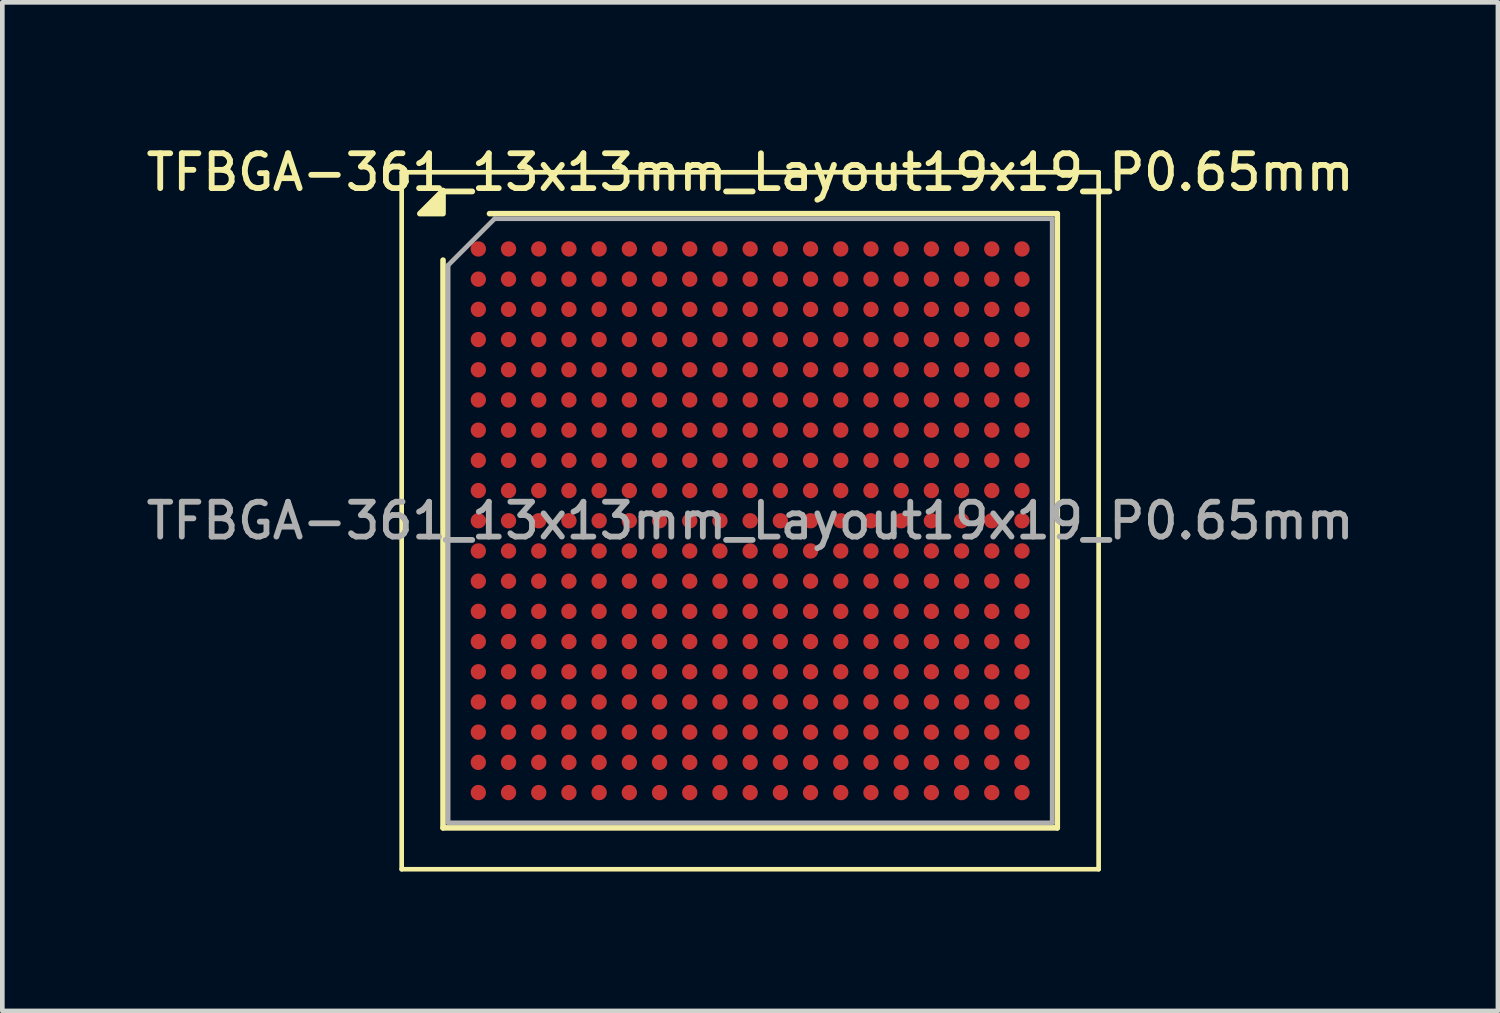
<source format=kicad_pcb>
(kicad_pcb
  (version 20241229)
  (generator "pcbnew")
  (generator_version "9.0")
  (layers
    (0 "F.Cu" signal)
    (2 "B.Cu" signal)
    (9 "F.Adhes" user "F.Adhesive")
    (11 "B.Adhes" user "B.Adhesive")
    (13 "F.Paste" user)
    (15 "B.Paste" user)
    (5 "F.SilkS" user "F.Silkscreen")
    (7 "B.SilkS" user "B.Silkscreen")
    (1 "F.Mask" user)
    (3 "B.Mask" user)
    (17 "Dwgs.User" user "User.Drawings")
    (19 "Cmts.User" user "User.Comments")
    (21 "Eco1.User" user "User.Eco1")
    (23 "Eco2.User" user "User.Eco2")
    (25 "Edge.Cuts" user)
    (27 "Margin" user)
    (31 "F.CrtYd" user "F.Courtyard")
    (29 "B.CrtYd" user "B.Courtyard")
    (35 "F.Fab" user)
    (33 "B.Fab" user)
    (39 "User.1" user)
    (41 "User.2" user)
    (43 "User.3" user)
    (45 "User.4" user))
  (footprint "TFBGA-361_13x13mm_Layout19x19_P0.65mm"
    (layer "F.Cu")
    (at 13.095 8.158)
    (property "Reference" "TFBGA-361_13x13mm_Layout19x19_P0.65mm" (at 0 -7.5 0) (layer "F.SilkS") (effects (font (size 0.75 0.75) (thickness 0.125))))
    (attr smd)
    (fp_line (start -7.5 -7.5) (end -7.5 7.5) (stroke (width 0.1) (type solid)) (layer "F.SilkS"))
    (fp_line (start -7.5 7.5) (end 7.5 7.5) (stroke (width 0.1) (type solid)) (layer "F.SilkS"))
    (fp_line (start -6.61 6.61) (end -6.61 -5.61) (stroke (width 0.12) (type solid)) (layer "F.SilkS"))
    (fp_line (start -5.61 -6.61) (end 6.61 -6.61) (stroke (width 0.12) (type solid)) (layer "F.SilkS"))
    (fp_line (start 6.61 -6.61) (end 6.61 6.61) (stroke (width 0.12) (type solid)) (layer "F.SilkS"))
    (fp_line (start 6.61 6.61) (end -6.61 6.61) (stroke (width 0.12) (type solid)) (layer "F.SilkS"))
    (fp_line (start 7.5 -7.5) (end -7.5 -7.5) (stroke (width 0.1) (type solid)) (layer "F.SilkS"))
    (fp_line (start 7.5 7.5) (end 7.5 -7.5) (stroke (width 0.1) (type solid)) (layer "F.SilkS"))
    (fp_poly (pts (xy -6.61 -6.61) (xy -7.11 -6.61) (xy -6.61 -7.11) (xy -6.61 -6.61)) (stroke (width 0.12) (type solid)) (fill yes) (layer "F.SilkS"))
    (fp_line (start -6.5 -5.5) (end -5.5 -6.5) (stroke (width 0.1) (type solid)) (layer "F.Fab"))
    (fp_line (start -6.5 6.5) (end -6.5 -5.5) (stroke (width 0.1) (type solid)) (layer "F.Fab"))
    (fp_line (start -5.5 -6.5) (end 6.5 -6.5) (stroke (width 0.1) (type solid)) (layer "F.Fab"))
    (fp_line (start 6.5 -6.5) (end 6.5 6.5) (stroke (width 0.1) (type solid)) (layer "F.Fab"))
    (fp_line (start 6.5 6.5) (end -6.5 6.5) (stroke (width 0.1) (type solid)) (layer "F.Fab"))
    (fp_text user "${REFERENCE}" (at 0 0 0) (layer "F.Fab") (effects (font (size 0.75 0.75) (thickness 0.125))))
    (pad "A1" smd circle (at -5.85 -5.85) (size 0.33 0.33) (property pad_prop_bga) (layers "F.Cu" "F.Mask" "F.Paste"))
    (pad "A2" smd circle (at -5.2 -5.85) (size 0.33 0.33) (property pad_prop_bga) (layers "F.Cu" "F.Mask" "F.Paste"))
    (pad "A3" smd circle (at -4.55 -5.85) (size 0.33 0.33) (property pad_prop_bga) (layers "F.Cu" "F.Mask" "F.Paste"))
    (pad "A4" smd circle (at -3.9 -5.85) (size 0.33 0.33) (property pad_prop_bga) (layers "F.Cu" "F.Mask" "F.Paste"))
    (pad "A5" smd circle (at -3.25 -5.85) (size 0.33 0.33) (property pad_prop_bga) (layers "F.Cu" "F.Mask" "F.Paste"))
    (pad "A6" smd circle (at -2.6 -5.85) (size 0.33 0.33) (property pad_prop_bga) (layers "F.Cu" "F.Mask" "F.Paste"))
    (pad "A7" smd circle (at -1.95 -5.85) (size 0.33 0.33) (property pad_prop_bga) (layers "F.Cu" "F.Mask" "F.Paste"))
    (pad "A8" smd circle (at -1.3 -5.85) (size 0.33 0.33) (property pad_prop_bga) (layers "F.Cu" "F.Mask" "F.Paste"))
    (pad "A9" smd circle (at -0.65 -5.85) (size 0.33 0.33) (property pad_prop_bga) (layers "F.Cu" "F.Mask" "F.Paste"))
    (pad "A10" smd circle (at 0 -5.85) (size 0.33 0.33) (property pad_prop_bga) (layers "F.Cu" "F.Mask" "F.Paste"))
    (pad "A11" smd circle (at 0.65 -5.85) (size 0.33 0.33) (property pad_prop_bga) (layers "F.Cu" "F.Mask" "F.Paste"))
    (pad "A12" smd circle (at 1.3 -5.85) (size 0.33 0.33) (property pad_prop_bga) (layers "F.Cu" "F.Mask" "F.Paste"))
    (pad "A13" smd circle (at 1.95 -5.85) (size 0.33 0.33) (property pad_prop_bga) (layers "F.Cu" "F.Mask" "F.Paste"))
    (pad "A14" smd circle (at 2.6 -5.85) (size 0.33 0.33) (property pad_prop_bga) (layers "F.Cu" "F.Mask" "F.Paste"))
    (pad "A15" smd circle (at 3.25 -5.85) (size 0.33 0.33) (property pad_prop_bga) (layers "F.Cu" "F.Mask" "F.Paste"))
    (pad "A16" smd circle (at 3.9 -5.85) (size 0.33 0.33) (property pad_prop_bga) (layers "F.Cu" "F.Mask" "F.Paste"))
    (pad "A17" smd circle (at 4.55 -5.85) (size 0.33 0.33) (property pad_prop_bga) (layers "F.Cu" "F.Mask" "F.Paste"))
    (pad "A18" smd circle (at 5.2 -5.85) (size 0.33 0.33) (property pad_prop_bga) (layers "F.Cu" "F.Mask" "F.Paste"))
    (pad "A19" smd circle (at 5.85 -5.85) (size 0.33 0.33) (property pad_prop_bga) (layers "F.Cu" "F.Mask" "F.Paste"))
    (pad "B1" smd circle (at -5.85 -5.2) (size 0.33 0.33) (property pad_prop_bga) (layers "F.Cu" "F.Mask" "F.Paste"))
    (pad "B2" smd circle (at -5.2 -5.2) (size 0.33 0.33) (property pad_prop_bga) (layers "F.Cu" "F.Mask" "F.Paste"))
    (pad "B3" smd circle (at -4.55 -5.2) (size 0.33 0.33) (property pad_prop_bga) (layers "F.Cu" "F.Mask" "F.Paste"))
    (pad "B4" smd circle (at -3.9 -5.2) (size 0.33 0.33) (property pad_prop_bga) (layers "F.Cu" "F.Mask" "F.Paste"))
    (pad "B5" smd circle (at -3.25 -5.2) (size 0.33 0.33) (property pad_prop_bga) (layers "F.Cu" "F.Mask" "F.Paste"))
    (pad "B6" smd circle (at -2.6 -5.2) (size 0.33 0.33) (property pad_prop_bga) (layers "F.Cu" "F.Mask" "F.Paste"))
    (pad "B7" smd circle (at -1.95 -5.2) (size 0.33 0.33) (property pad_prop_bga) (layers "F.Cu" "F.Mask" "F.Paste"))
    (pad "B8" smd circle (at -1.3 -5.2) (size 0.33 0.33) (property pad_prop_bga) (layers "F.Cu" "F.Mask" "F.Paste"))
    (pad "B9" smd circle (at -0.65 -5.2) (size 0.33 0.33) (property pad_prop_bga) (layers "F.Cu" "F.Mask" "F.Paste"))
    (pad "B10" smd circle (at 0 -5.2) (size 0.33 0.33) (property pad_prop_bga) (layers "F.Cu" "F.Mask" "F.Paste"))
    (pad "B11" smd circle (at 0.65 -5.2) (size 0.33 0.33) (property pad_prop_bga) (layers "F.Cu" "F.Mask" "F.Paste"))
    (pad "B12" smd circle (at 1.3 -5.2) (size 0.33 0.33) (property pad_prop_bga) (layers "F.Cu" "F.Mask" "F.Paste"))
    (pad "B13" smd circle (at 1.95 -5.2) (size 0.33 0.33) (property pad_prop_bga) (layers "F.Cu" "F.Mask" "F.Paste"))
    (pad "B14" smd circle (at 2.6 -5.2) (size 0.33 0.33) (property pad_prop_bga) (layers "F.Cu" "F.Mask" "F.Paste"))
    (pad "B15" smd circle (at 3.25 -5.2) (size 0.33 0.33) (property pad_prop_bga) (layers "F.Cu" "F.Mask" "F.Paste"))
    (pad "B16" smd circle (at 3.9 -5.2) (size 0.33 0.33) (property pad_prop_bga) (layers "F.Cu" "F.Mask" "F.Paste"))
    (pad "B17" smd circle (at 4.55 -5.2) (size 0.33 0.33) (property pad_prop_bga) (layers "F.Cu" "F.Mask" "F.Paste"))
    (pad "B18" smd circle (at 5.2 -5.2) (size 0.33 0.33) (property pad_prop_bga) (layers "F.Cu" "F.Mask" "F.Paste"))
    (pad "B19" smd circle (at 5.85 -5.2) (size 0.33 0.33) (property pad_prop_bga) (layers "F.Cu" "F.Mask" "F.Paste"))
    (pad "C1" smd circle (at -5.85 -4.55) (size 0.33 0.33) (property pad_prop_bga) (layers "F.Cu" "F.Mask" "F.Paste"))
    (pad "C2" smd circle (at -5.2 -4.55) (size 0.33 0.33) (property pad_prop_bga) (layers "F.Cu" "F.Mask" "F.Paste"))
    (pad "C3" smd circle (at -4.55 -4.55) (size 0.33 0.33) (property pad_prop_bga) (layers "F.Cu" "F.Mask" "F.Paste"))
    (pad "C4" smd circle (at -3.9 -4.55) (size 0.33 0.33) (property pad_prop_bga) (layers "F.Cu" "F.Mask" "F.Paste"))
    (pad "C5" smd circle (at -3.25 -4.55) (size 0.33 0.33) (property pad_prop_bga) (layers "F.Cu" "F.Mask" "F.Paste"))
    (pad "C6" smd circle (at -2.6 -4.55) (size 0.33 0.33) (property pad_prop_bga) (layers "F.Cu" "F.Mask" "F.Paste"))
    (pad "C7" smd circle (at -1.95 -4.55) (size 0.33 0.33) (property pad_prop_bga) (layers "F.Cu" "F.Mask" "F.Paste"))
    (pad "C8" smd circle (at -1.3 -4.55) (size 0.33 0.33) (property pad_prop_bga) (layers "F.Cu" "F.Mask" "F.Paste"))
    (pad "C9" smd circle (at -0.65 -4.55) (size 0.33 0.33) (property pad_prop_bga) (layers "F.Cu" "F.Mask" "F.Paste"))
    (pad "C10" smd circle (at 0 -4.55) (size 0.33 0.33) (property pad_prop_bga) (layers "F.Cu" "F.Mask" "F.Paste"))
    (pad "C11" smd circle (at 0.65 -4.55) (size 0.33 0.33) (property pad_prop_bga) (layers "F.Cu" "F.Mask" "F.Paste"))
    (pad "C12" smd circle (at 1.3 -4.55) (size 0.33 0.33) (property pad_prop_bga) (layers "F.Cu" "F.Mask" "F.Paste"))
    (pad "C13" smd circle (at 1.95 -4.55) (size 0.33 0.33) (property pad_prop_bga) (layers "F.Cu" "F.Mask" "F.Paste"))
    (pad "C14" smd circle (at 2.6 -4.55) (size 0.33 0.33) (property pad_prop_bga) (layers "F.Cu" "F.Mask" "F.Paste"))
    (pad "C15" smd circle (at 3.25 -4.55) (size 0.33 0.33) (property pad_prop_bga) (layers "F.Cu" "F.Mask" "F.Paste"))
    (pad "C16" smd circle (at 3.9 -4.55) (size 0.33 0.33) (property pad_prop_bga) (layers "F.Cu" "F.Mask" "F.Paste"))
    (pad "C17" smd circle (at 4.55 -4.55) (size 0.33 0.33) (property pad_prop_bga) (layers "F.Cu" "F.Mask" "F.Paste"))
    (pad "C18" smd circle (at 5.2 -4.55) (size 0.33 0.33) (property pad_prop_bga) (layers "F.Cu" "F.Mask" "F.Paste"))
    (pad "C19" smd circle (at 5.85 -4.55) (size 0.33 0.33) (property pad_prop_bga) (layers "F.Cu" "F.Mask" "F.Paste"))
    (pad "D1" smd circle (at -5.85 -3.9) (size 0.33 0.33) (property pad_prop_bga) (layers "F.Cu" "F.Mask" "F.Paste"))
    (pad "D2" smd circle (at -5.2 -3.9) (size 0.33 0.33) (property pad_prop_bga) (layers "F.Cu" "F.Mask" "F.Paste"))
    (pad "D3" smd circle (at -4.55 -3.9) (size 0.33 0.33) (property pad_prop_bga) (layers "F.Cu" "F.Mask" "F.Paste"))
    (pad "D4" smd circle (at -3.9 -3.9) (size 0.33 0.33) (property pad_prop_bga) (layers "F.Cu" "F.Mask" "F.Paste"))
    (pad "D5" smd circle (at -3.25 -3.9) (size 0.33 0.33) (property pad_prop_bga) (layers "F.Cu" "F.Mask" "F.Paste"))
    (pad "D6" smd circle (at -2.6 -3.9) (size 0.33 0.33) (property pad_prop_bga) (layers "F.Cu" "F.Mask" "F.Paste"))
    (pad "D7" smd circle (at -1.95 -3.9) (size 0.33 0.33) (property pad_prop_bga) (layers "F.Cu" "F.Mask" "F.Paste"))
    (pad "D8" smd circle (at -1.3 -3.9) (size 0.33 0.33) (property pad_prop_bga) (layers "F.Cu" "F.Mask" "F.Paste"))
    (pad "D9" smd circle (at -0.65 -3.9) (size 0.33 0.33) (property pad_prop_bga) (layers "F.Cu" "F.Mask" "F.Paste"))
    (pad "D10" smd circle (at 0 -3.9) (size 0.33 0.33) (property pad_prop_bga) (layers "F.Cu" "F.Mask" "F.Paste"))
    (pad "D11" smd circle (at 0.65 -3.9) (size 0.33 0.33) (property pad_prop_bga) (layers "F.Cu" "F.Mask" "F.Paste"))
    (pad "D12" smd circle (at 1.3 -3.9) (size 0.33 0.33) (property pad_prop_bga) (layers "F.Cu" "F.Mask" "F.Paste"))
    (pad "D13" smd circle (at 1.95 -3.9) (size 0.33 0.33) (property pad_prop_bga) (layers "F.Cu" "F.Mask" "F.Paste"))
    (pad "D14" smd circle (at 2.6 -3.9) (size 0.33 0.33) (property pad_prop_bga) (layers "F.Cu" "F.Mask" "F.Paste"))
    (pad "D15" smd circle (at 3.25 -3.9) (size 0.33 0.33) (property pad_prop_bga) (layers "F.Cu" "F.Mask" "F.Paste"))
    (pad "D16" smd circle (at 3.9 -3.9) (size 0.33 0.33) (property pad_prop_bga) (layers "F.Cu" "F.Mask" "F.Paste"))
    (pad "D17" smd circle (at 4.55 -3.9) (size 0.33 0.33) (property pad_prop_bga) (layers "F.Cu" "F.Mask" "F.Paste"))
    (pad "D18" smd circle (at 5.2 -3.9) (size 0.33 0.33) (property pad_prop_bga) (layers "F.Cu" "F.Mask" "F.Paste"))
    (pad "D19" smd circle (at 5.85 -3.9) (size 0.33 0.33) (property pad_prop_bga) (layers "F.Cu" "F.Mask" "F.Paste"))
    (pad "E1" smd circle (at -5.85 -3.25) (size 0.33 0.33) (property pad_prop_bga) (layers "F.Cu" "F.Mask" "F.Paste"))
    (pad "E2" smd circle (at -5.2 -3.25) (size 0.33 0.33) (property pad_prop_bga) (layers "F.Cu" "F.Mask" "F.Paste"))
    (pad "E3" smd circle (at -4.55 -3.25) (size 0.33 0.33) (property pad_prop_bga) (layers "F.Cu" "F.Mask" "F.Paste"))
    (pad "E4" smd circle (at -3.9 -3.25) (size 0.33 0.33) (property pad_prop_bga) (layers "F.Cu" "F.Mask" "F.Paste"))
    (pad "E5" smd circle (at -3.25 -3.25) (size 0.33 0.33) (property pad_prop_bga) (layers "F.Cu" "F.Mask" "F.Paste"))
    (pad "E6" smd circle (at -2.6 -3.25) (size 0.33 0.33) (property pad_prop_bga) (layers "F.Cu" "F.Mask" "F.Paste"))
    (pad "E7" smd circle (at -1.95 -3.25) (size 0.33 0.33) (property pad_prop_bga) (layers "F.Cu" "F.Mask" "F.Paste"))
    (pad "E8" smd circle (at -1.3 -3.25) (size 0.33 0.33) (property pad_prop_bga) (layers "F.Cu" "F.Mask" "F.Paste"))
    (pad "E9" smd circle (at -0.65 -3.25) (size 0.33 0.33) (property pad_prop_bga) (layers "F.Cu" "F.Mask" "F.Paste"))
    (pad "E10" smd circle (at 0 -3.25) (size 0.33 0.33) (property pad_prop_bga) (layers "F.Cu" "F.Mask" "F.Paste"))
    (pad "E11" smd circle (at 0.65 -3.25) (size 0.33 0.33) (property pad_prop_bga) (layers "F.Cu" "F.Mask" "F.Paste"))
    (pad "E12" smd circle (at 1.3 -3.25) (size 0.33 0.33) (property pad_prop_bga) (layers "F.Cu" "F.Mask" "F.Paste"))
    (pad "E13" smd circle (at 1.95 -3.25) (size 0.33 0.33) (property pad_prop_bga) (layers "F.Cu" "F.Mask" "F.Paste"))
    (pad "E14" smd circle (at 2.6 -3.25) (size 0.33 0.33) (property pad_prop_bga) (layers "F.Cu" "F.Mask" "F.Paste"))
    (pad "E15" smd circle (at 3.25 -3.25) (size 0.33 0.33) (property pad_prop_bga) (layers "F.Cu" "F.Mask" "F.Paste"))
    (pad "E16" smd circle (at 3.9 -3.25) (size 0.33 0.33) (property pad_prop_bga) (layers "F.Cu" "F.Mask" "F.Paste"))
    (pad "E17" smd circle (at 4.55 -3.25) (size 0.33 0.33) (property pad_prop_bga) (layers "F.Cu" "F.Mask" "F.Paste"))
    (pad "E18" smd circle (at 5.2 -3.25) (size 0.33 0.33) (property pad_prop_bga) (layers "F.Cu" "F.Mask" "F.Paste"))
    (pad "E19" smd circle (at 5.85 -3.25) (size 0.33 0.33) (property pad_prop_bga) (layers "F.Cu" "F.Mask" "F.Paste"))
    (pad "F1" smd circle (at -5.85 -2.6) (size 0.33 0.33) (property pad_prop_bga) (layers "F.Cu" "F.Mask" "F.Paste"))
    (pad "F2" smd circle (at -5.2 -2.6) (size 0.33 0.33) (property pad_prop_bga) (layers "F.Cu" "F.Mask" "F.Paste"))
    (pad "F3" smd circle (at -4.55 -2.6) (size 0.33 0.33) (property pad_prop_bga) (layers "F.Cu" "F.Mask" "F.Paste"))
    (pad "F4" smd circle (at -3.9 -2.6) (size 0.33 0.33) (property pad_prop_bga) (layers "F.Cu" "F.Mask" "F.Paste"))
    (pad "F5" smd circle (at -3.25 -2.6) (size 0.33 0.33) (property pad_prop_bga) (layers "F.Cu" "F.Mask" "F.Paste"))
    (pad "F6" smd circle (at -2.6 -2.6) (size 0.33 0.33) (property pad_prop_bga) (layers "F.Cu" "F.Mask" "F.Paste"))
    (pad "F7" smd circle (at -1.95 -2.6) (size 0.33 0.33) (property pad_prop_bga) (layers "F.Cu" "F.Mask" "F.Paste"))
    (pad "F8" smd circle (at -1.3 -2.6) (size 0.33 0.33) (property pad_prop_bga) (layers "F.Cu" "F.Mask" "F.Paste"))
    (pad "F9" smd circle (at -0.65 -2.6) (size 0.33 0.33) (property pad_prop_bga) (layers "F.Cu" "F.Mask" "F.Paste"))
    (pad "F10" smd circle (at 0 -2.6) (size 0.33 0.33) (property pad_prop_bga) (layers "F.Cu" "F.Mask" "F.Paste"))
    (pad "F11" smd circle (at 0.65 -2.6) (size 0.33 0.33) (property pad_prop_bga) (layers "F.Cu" "F.Mask" "F.Paste"))
    (pad "F12" smd circle (at 1.3 -2.6) (size 0.33 0.33) (property pad_prop_bga) (layers "F.Cu" "F.Mask" "F.Paste"))
    (pad "F13" smd circle (at 1.95 -2.6) (size 0.33 0.33) (property pad_prop_bga) (layers "F.Cu" "F.Mask" "F.Paste"))
    (pad "F14" smd circle (at 2.6 -2.6) (size 0.33 0.33) (property pad_prop_bga) (layers "F.Cu" "F.Mask" "F.Paste"))
    (pad "F15" smd circle (at 3.25 -2.6) (size 0.33 0.33) (property pad_prop_bga) (layers "F.Cu" "F.Mask" "F.Paste"))
    (pad "F16" smd circle (at 3.9 -2.6) (size 0.33 0.33) (property pad_prop_bga) (layers "F.Cu" "F.Mask" "F.Paste"))
    (pad "F17" smd circle (at 4.55 -2.6) (size 0.33 0.33) (property pad_prop_bga) (layers "F.Cu" "F.Mask" "F.Paste"))
    (pad "F18" smd circle (at 5.2 -2.6) (size 0.33 0.33) (property pad_prop_bga) (layers "F.Cu" "F.Mask" "F.Paste"))
    (pad "F19" smd circle (at 5.85 -2.6) (size 0.33 0.33) (property pad_prop_bga) (layers "F.Cu" "F.Mask" "F.Paste"))
    (pad "G1" smd circle (at -5.85 -1.95) (size 0.33 0.33) (property pad_prop_bga) (layers "F.Cu" "F.Mask" "F.Paste"))
    (pad "G2" smd circle (at -5.2 -1.95) (size 0.33 0.33) (property pad_prop_bga) (layers "F.Cu" "F.Mask" "F.Paste"))
    (pad "G3" smd circle (at -4.55 -1.95) (size 0.33 0.33) (property pad_prop_bga) (layers "F.Cu" "F.Mask" "F.Paste"))
    (pad "G4" smd circle (at -3.9 -1.95) (size 0.33 0.33) (property pad_prop_bga) (layers "F.Cu" "F.Mask" "F.Paste"))
    (pad "G5" smd circle (at -3.25 -1.95) (size 0.33 0.33) (property pad_prop_bga) (layers "F.Cu" "F.Mask" "F.Paste"))
    (pad "G6" smd circle (at -2.6 -1.95) (size 0.33 0.33) (property pad_prop_bga) (layers "F.Cu" "F.Mask" "F.Paste"))
    (pad "G7" smd circle (at -1.95 -1.95) (size 0.33 0.33) (property pad_prop_bga) (layers "F.Cu" "F.Mask" "F.Paste"))
    (pad "G8" smd circle (at -1.3 -1.95) (size 0.33 0.33) (property pad_prop_bga) (layers "F.Cu" "F.Mask" "F.Paste"))
    (pad "G9" smd circle (at -0.65 -1.95) (size 0.33 0.33) (property pad_prop_bga) (layers "F.Cu" "F.Mask" "F.Paste"))
    (pad "G10" smd circle (at 0 -1.95) (size 0.33 0.33) (property pad_prop_bga) (layers "F.Cu" "F.Mask" "F.Paste"))
    (pad "G11" smd circle (at 0.65 -1.95) (size 0.33 0.33) (property pad_prop_bga) (layers "F.Cu" "F.Mask" "F.Paste"))
    (pad "G12" smd circle (at 1.3 -1.95) (size 0.33 0.33) (property pad_prop_bga) (layers "F.Cu" "F.Mask" "F.Paste"))
    (pad "G13" smd circle (at 1.95 -1.95) (size 0.33 0.33) (property pad_prop_bga) (layers "F.Cu" "F.Mask" "F.Paste"))
    (pad "G14" smd circle (at 2.6 -1.95) (size 0.33 0.33) (property pad_prop_bga) (layers "F.Cu" "F.Mask" "F.Paste"))
    (pad "G15" smd circle (at 3.25 -1.95) (size 0.33 0.33) (property pad_prop_bga) (layers "F.Cu" "F.Mask" "F.Paste"))
    (pad "G16" smd circle (at 3.9 -1.95) (size 0.33 0.33) (property pad_prop_bga) (layers "F.Cu" "F.Mask" "F.Paste"))
    (pad "G17" smd circle (at 4.55 -1.95) (size 0.33 0.33) (property pad_prop_bga) (layers "F.Cu" "F.Mask" "F.Paste"))
    (pad "G18" smd circle (at 5.2 -1.95) (size 0.33 0.33) (property pad_prop_bga) (layers "F.Cu" "F.Mask" "F.Paste"))
    (pad "G19" smd circle (at 5.85 -1.95) (size 0.33 0.33) (property pad_prop_bga) (layers "F.Cu" "F.Mask" "F.Paste"))
    (pad "H1" smd circle (at -5.85 -1.3) (size 0.33 0.33) (property pad_prop_bga) (layers "F.Cu" "F.Mask" "F.Paste"))
    (pad "H2" smd circle (at -5.2 -1.3) (size 0.33 0.33) (property pad_prop_bga) (layers "F.Cu" "F.Mask" "F.Paste"))
    (pad "H3" smd circle (at -4.55 -1.3) (size 0.33 0.33) (property pad_prop_bga) (layers "F.Cu" "F.Mask" "F.Paste"))
    (pad "H4" smd circle (at -3.9 -1.3) (size 0.33 0.33) (property pad_prop_bga) (layers "F.Cu" "F.Mask" "F.Paste"))
    (pad "H5" smd circle (at -3.25 -1.3) (size 0.33 0.33) (property pad_prop_bga) (layers "F.Cu" "F.Mask" "F.Paste"))
    (pad "H6" smd circle (at -2.6 -1.3) (size 0.33 0.33) (property pad_prop_bga) (layers "F.Cu" "F.Mask" "F.Paste"))
    (pad "H7" smd circle (at -1.95 -1.3) (size 0.33 0.33) (property pad_prop_bga) (layers "F.Cu" "F.Mask" "F.Paste"))
    (pad "H8" smd circle (at -1.3 -1.3) (size 0.33 0.33) (property pad_prop_bga) (layers "F.Cu" "F.Mask" "F.Paste"))
    (pad "H9" smd circle (at -0.65 -1.3) (size 0.33 0.33) (property pad_prop_bga) (layers "F.Cu" "F.Mask" "F.Paste"))
    (pad "H10" smd circle (at 0 -1.3) (size 0.33 0.33) (property pad_prop_bga) (layers "F.Cu" "F.Mask" "F.Paste"))
    (pad "H11" smd circle (at 0.65 -1.3) (size 0.33 0.33) (property pad_prop_bga) (layers "F.Cu" "F.Mask" "F.Paste"))
    (pad "H12" smd circle (at 1.3 -1.3) (size 0.33 0.33) (property pad_prop_bga) (layers "F.Cu" "F.Mask" "F.Paste"))
    (pad "H13" smd circle (at 1.95 -1.3) (size 0.33 0.33) (property pad_prop_bga) (layers "F.Cu" "F.Mask" "F.Paste"))
    (pad "H14" smd circle (at 2.6 -1.3) (size 0.33 0.33) (property pad_prop_bga) (layers "F.Cu" "F.Mask" "F.Paste"))
    (pad "H15" smd circle (at 3.25 -1.3) (size 0.33 0.33) (property pad_prop_bga) (layers "F.Cu" "F.Mask" "F.Paste"))
    (pad "H16" smd circle (at 3.9 -1.3) (size 0.33 0.33) (property pad_prop_bga) (layers "F.Cu" "F.Mask" "F.Paste"))
    (pad "H17" smd circle (at 4.55 -1.3) (size 0.33 0.33) (property pad_prop_bga) (layers "F.Cu" "F.Mask" "F.Paste"))
    (pad "H18" smd circle (at 5.2 -1.3) (size 0.33 0.33) (property pad_prop_bga) (layers "F.Cu" "F.Mask" "F.Paste"))
    (pad "H19" smd circle (at 5.85 -1.3) (size 0.33 0.33) (property pad_prop_bga) (layers "F.Cu" "F.Mask" "F.Paste"))
    (pad "J1" smd circle (at -5.85 -0.65) (size 0.33 0.33) (property pad_prop_bga) (layers "F.Cu" "F.Mask" "F.Paste"))
    (pad "J2" smd circle (at -5.2 -0.65) (size 0.33 0.33) (property pad_prop_bga) (layers "F.Cu" "F.Mask" "F.Paste"))
    (pad "J3" smd circle (at -4.55 -0.65) (size 0.33 0.33) (property pad_prop_bga) (layers "F.Cu" "F.Mask" "F.Paste"))
    (pad "J4" smd circle (at -3.9 -0.65) (size 0.33 0.33) (property pad_prop_bga) (layers "F.Cu" "F.Mask" "F.Paste"))
    (pad "J5" smd circle (at -3.25 -0.65) (size 0.33 0.33) (property pad_prop_bga) (layers "F.Cu" "F.Mask" "F.Paste"))
    (pad "J6" smd circle (at -2.6 -0.65) (size 0.33 0.33) (property pad_prop_bga) (layers "F.Cu" "F.Mask" "F.Paste"))
    (pad "J7" smd circle (at -1.95 -0.65) (size 0.33 0.33) (property pad_prop_bga) (layers "F.Cu" "F.Mask" "F.Paste"))
    (pad "J8" smd circle (at -1.3 -0.65) (size 0.33 0.33) (property pad_prop_bga) (layers "F.Cu" "F.Mask" "F.Paste"))
    (pad "J9" smd circle (at -0.65 -0.65) (size 0.33 0.33) (property pad_prop_bga) (layers "F.Cu" "F.Mask" "F.Paste"))
    (pad "J10" smd circle (at 0 -0.65) (size 0.33 0.33) (property pad_prop_bga) (layers "F.Cu" "F.Mask" "F.Paste"))
    (pad "J11" smd circle (at 0.65 -0.65) (size 0.33 0.33) (property pad_prop_bga) (layers "F.Cu" "F.Mask" "F.Paste"))
    (pad "J12" smd circle (at 1.3 -0.65) (size 0.33 0.33) (property pad_prop_bga) (layers "F.Cu" "F.Mask" "F.Paste"))
    (pad "J13" smd circle (at 1.95 -0.65) (size 0.33 0.33) (property pad_prop_bga) (layers "F.Cu" "F.Mask" "F.Paste"))
    (pad "J14" smd circle (at 2.6 -0.65) (size 0.33 0.33) (property pad_prop_bga) (layers "F.Cu" "F.Mask" "F.Paste"))
    (pad "J15" smd circle (at 3.25 -0.65) (size 0.33 0.33) (property pad_prop_bga) (layers "F.Cu" "F.Mask" "F.Paste"))
    (pad "J16" smd circle (at 3.9 -0.65) (size 0.33 0.33) (property pad_prop_bga) (layers "F.Cu" "F.Mask" "F.Paste"))
    (pad "J17" smd circle (at 4.55 -0.65) (size 0.33 0.33) (property pad_prop_bga) (layers "F.Cu" "F.Mask" "F.Paste"))
    (pad "J18" smd circle (at 5.2 -0.65) (size 0.33 0.33) (property pad_prop_bga) (layers "F.Cu" "F.Mask" "F.Paste"))
    (pad "J19" smd circle (at 5.85 -0.65) (size 0.33 0.33) (property pad_prop_bga) (layers "F.Cu" "F.Mask" "F.Paste"))
    (pad "K1" smd circle (at -5.85 0) (size 0.33 0.33) (property pad_prop_bga) (layers "F.Cu" "F.Mask" "F.Paste"))
    (pad "K2" smd circle (at -5.2 0) (size 0.33 0.33) (property pad_prop_bga) (layers "F.Cu" "F.Mask" "F.Paste"))
    (pad "K3" smd circle (at -4.55 0) (size 0.33 0.33) (property pad_prop_bga) (layers "F.Cu" "F.Mask" "F.Paste"))
    (pad "K4" smd circle (at -3.9 0) (size 0.33 0.33) (property pad_prop_bga) (layers "F.Cu" "F.Mask" "F.Paste"))
    (pad "K5" smd circle (at -3.25 0) (size 0.33 0.33) (property pad_prop_bga) (layers "F.Cu" "F.Mask" "F.Paste"))
    (pad "K6" smd circle (at -2.6 0) (size 0.33 0.33) (property pad_prop_bga) (layers "F.Cu" "F.Mask" "F.Paste"))
    (pad "K7" smd circle (at -1.95 0) (size 0.33 0.33) (property pad_prop_bga) (layers "F.Cu" "F.Mask" "F.Paste"))
    (pad "K8" smd circle (at -1.3 0) (size 0.33 0.33) (property pad_prop_bga) (layers "F.Cu" "F.Mask" "F.Paste"))
    (pad "K9" smd circle (at -0.65 0) (size 0.33 0.33) (property pad_prop_bga) (layers "F.Cu" "F.Mask" "F.Paste"))
    (pad "K10" smd circle (at 0 0) (size 0.33 0.33) (property pad_prop_bga) (layers "F.Cu" "F.Mask" "F.Paste"))
    (pad "K11" smd circle (at 0.65 0) (size 0.33 0.33) (property pad_prop_bga) (layers "F.Cu" "F.Mask" "F.Paste"))
    (pad "K12" smd circle (at 1.3 0) (size 0.33 0.33) (property pad_prop_bga) (layers "F.Cu" "F.Mask" "F.Paste"))
    (pad "K13" smd circle (at 1.95 0) (size 0.33 0.33) (property pad_prop_bga) (layers "F.Cu" "F.Mask" "F.Paste"))
    (pad "K14" smd circle (at 2.6 0) (size 0.33 0.33) (property pad_prop_bga) (layers "F.Cu" "F.Mask" "F.Paste"))
    (pad "K15" smd circle (at 3.25 0) (size 0.33 0.33) (property pad_prop_bga) (layers "F.Cu" "F.Mask" "F.Paste"))
    (pad "K16" smd circle (at 3.9 0) (size 0.33 0.33) (property pad_prop_bga) (layers "F.Cu" "F.Mask" "F.Paste"))
    (pad "K17" smd circle (at 4.55 0) (size 0.33 0.33) (property pad_prop_bga) (layers "F.Cu" "F.Mask" "F.Paste"))
    (pad "K18" smd circle (at 5.2 0) (size 0.33 0.33) (property pad_prop_bga) (layers "F.Cu" "F.Mask" "F.Paste"))
    (pad "K19" smd circle (at 5.85 0) (size 0.33 0.33) (property pad_prop_bga) (layers "F.Cu" "F.Mask" "F.Paste"))
    (pad "L1" smd circle (at -5.85 0.65) (size 0.33 0.33) (property pad_prop_bga) (layers "F.Cu" "F.Mask" "F.Paste"))
    (pad "L2" smd circle (at -5.2 0.65) (size 0.33 0.33) (property pad_prop_bga) (layers "F.Cu" "F.Mask" "F.Paste"))
    (pad "L3" smd circle (at -4.55 0.65) (size 0.33 0.33) (property pad_prop_bga) (layers "F.Cu" "F.Mask" "F.Paste"))
    (pad "L4" smd circle (at -3.9 0.65) (size 0.33 0.33) (property pad_prop_bga) (layers "F.Cu" "F.Mask" "F.Paste"))
    (pad "L5" smd circle (at -3.25 0.65) (size 0.33 0.33) (property pad_prop_bga) (layers "F.Cu" "F.Mask" "F.Paste"))
    (pad "L6" smd circle (at -2.6 0.65) (size 0.33 0.33) (property pad_prop_bga) (layers "F.Cu" "F.Mask" "F.Paste"))
    (pad "L7" smd circle (at -1.95 0.65) (size 0.33 0.33) (property pad_prop_bga) (layers "F.Cu" "F.Mask" "F.Paste"))
    (pad "L8" smd circle (at -1.3 0.65) (size 0.33 0.33) (property pad_prop_bga) (layers "F.Cu" "F.Mask" "F.Paste"))
    (pad "L9" smd circle (at -0.65 0.65) (size 0.33 0.33) (property pad_prop_bga) (layers "F.Cu" "F.Mask" "F.Paste"))
    (pad "L10" smd circle (at 0 0.65) (size 0.33 0.33) (property pad_prop_bga) (layers "F.Cu" "F.Mask" "F.Paste"))
    (pad "L11" smd circle (at 0.65 0.65) (size 0.33 0.33) (property pad_prop_bga) (layers "F.Cu" "F.Mask" "F.Paste"))
    (pad "L12" smd circle (at 1.3 0.65) (size 0.33 0.33) (property pad_prop_bga) (layers "F.Cu" "F.Mask" "F.Paste"))
    (pad "L13" smd circle (at 1.95 0.65) (size 0.33 0.33) (property pad_prop_bga) (layers "F.Cu" "F.Mask" "F.Paste"))
    (pad "L14" smd circle (at 2.6 0.65) (size 0.33 0.33) (property pad_prop_bga) (layers "F.Cu" "F.Mask" "F.Paste"))
    (pad "L15" smd circle (at 3.25 0.65) (size 0.33 0.33) (property pad_prop_bga) (layers "F.Cu" "F.Mask" "F.Paste"))
    (pad "L16" smd circle (at 3.9 0.65) (size 0.33 0.33) (property pad_prop_bga) (layers "F.Cu" "F.Mask" "F.Paste"))
    (pad "L17" smd circle (at 4.55 0.65) (size 0.33 0.33) (property pad_prop_bga) (layers "F.Cu" "F.Mask" "F.Paste"))
    (pad "L18" smd circle (at 5.2 0.65) (size 0.33 0.33) (property pad_prop_bga) (layers "F.Cu" "F.Mask" "F.Paste"))
    (pad "L19" smd circle (at 5.85 0.65) (size 0.33 0.33) (property pad_prop_bga) (layers "F.Cu" "F.Mask" "F.Paste"))
    (pad "M1" smd circle (at -5.85 1.3) (size 0.33 0.33) (property pad_prop_bga) (layers "F.Cu" "F.Mask" "F.Paste"))
    (pad "M2" smd circle (at -5.2 1.3) (size 0.33 0.33) (property pad_prop_bga) (layers "F.Cu" "F.Mask" "F.Paste"))
    (pad "M3" smd circle (at -4.55 1.3) (size 0.33 0.33) (property pad_prop_bga) (layers "F.Cu" "F.Mask" "F.Paste"))
    (pad "M4" smd circle (at -3.9 1.3) (size 0.33 0.33) (property pad_prop_bga) (layers "F.Cu" "F.Mask" "F.Paste"))
    (pad "M5" smd circle (at -3.25 1.3) (size 0.33 0.33) (property pad_prop_bga) (layers "F.Cu" "F.Mask" "F.Paste"))
    (pad "M6" smd circle (at -2.6 1.3) (size 0.33 0.33) (property pad_prop_bga) (layers "F.Cu" "F.Mask" "F.Paste"))
    (pad "M7" smd circle (at -1.95 1.3) (size 0.33 0.33) (property pad_prop_bga) (layers "F.Cu" "F.Mask" "F.Paste"))
    (pad "M8" smd circle (at -1.3 1.3) (size 0.33 0.33) (property pad_prop_bga) (layers "F.Cu" "F.Mask" "F.Paste"))
    (pad "M9" smd circle (at -0.65 1.3) (size 0.33 0.33) (property pad_prop_bga) (layers "F.Cu" "F.Mask" "F.Paste"))
    (pad "M10" smd circle (at 0 1.3) (size 0.33 0.33) (property pad_prop_bga) (layers "F.Cu" "F.Mask" "F.Paste"))
    (pad "M11" smd circle (at 0.65 1.3) (size 0.33 0.33) (property pad_prop_bga) (layers "F.Cu" "F.Mask" "F.Paste"))
    (pad "M12" smd circle (at 1.3 1.3) (size 0.33 0.33) (property pad_prop_bga) (layers "F.Cu" "F.Mask" "F.Paste"))
    (pad "M13" smd circle (at 1.95 1.3) (size 0.33 0.33) (property pad_prop_bga) (layers "F.Cu" "F.Mask" "F.Paste"))
    (pad "M14" smd circle (at 2.6 1.3) (size 0.33 0.33) (property pad_prop_bga) (layers "F.Cu" "F.Mask" "F.Paste"))
    (pad "M15" smd circle (at 3.25 1.3) (size 0.33 0.33) (property pad_prop_bga) (layers "F.Cu" "F.Mask" "F.Paste"))
    (pad "M16" smd circle (at 3.9 1.3) (size 0.33 0.33) (property pad_prop_bga) (layers "F.Cu" "F.Mask" "F.Paste"))
    (pad "M17" smd circle (at 4.55 1.3) (size 0.33 0.33) (property pad_prop_bga) (layers "F.Cu" "F.Mask" "F.Paste"))
    (pad "M18" smd circle (at 5.2 1.3) (size 0.33 0.33) (property pad_prop_bga) (layers "F.Cu" "F.Mask" "F.Paste"))
    (pad "M19" smd circle (at 5.85 1.3) (size 0.33 0.33) (property pad_prop_bga) (layers "F.Cu" "F.Mask" "F.Paste"))
    (pad "N1" smd circle (at -5.85 1.95) (size 0.33 0.33) (property pad_prop_bga) (layers "F.Cu" "F.Mask" "F.Paste"))
    (pad "N2" smd circle (at -5.2 1.95) (size 0.33 0.33) (property pad_prop_bga) (layers "F.Cu" "F.Mask" "F.Paste"))
    (pad "N3" smd circle (at -4.55 1.95) (size 0.33 0.33) (property pad_prop_bga) (layers "F.Cu" "F.Mask" "F.Paste"))
    (pad "N4" smd circle (at -3.9 1.95) (size 0.33 0.33) (property pad_prop_bga) (layers "F.Cu" "F.Mask" "F.Paste"))
    (pad "N5" smd circle (at -3.25 1.95) (size 0.33 0.33) (property pad_prop_bga) (layers "F.Cu" "F.Mask" "F.Paste"))
    (pad "N6" smd circle (at -2.6 1.95) (size 0.33 0.33) (property pad_prop_bga) (layers "F.Cu" "F.Mask" "F.Paste"))
    (pad "N7" smd circle (at -1.95 1.95) (size 0.33 0.33) (property pad_prop_bga) (layers "F.Cu" "F.Mask" "F.Paste"))
    (pad "N8" smd circle (at -1.3 1.95) (size 0.33 0.33) (property pad_prop_bga) (layers "F.Cu" "F.Mask" "F.Paste"))
    (pad "N9" smd circle (at -0.65 1.95) (size 0.33 0.33) (property pad_prop_bga) (layers "F.Cu" "F.Mask" "F.Paste"))
    (pad "N10" smd circle (at 0 1.95) (size 0.33 0.33) (property pad_prop_bga) (layers "F.Cu" "F.Mask" "F.Paste"))
    (pad "N11" smd circle (at 0.65 1.95) (size 0.33 0.33) (property pad_prop_bga) (layers "F.Cu" "F.Mask" "F.Paste"))
    (pad "N12" smd circle (at 1.3 1.95) (size 0.33 0.33) (property pad_prop_bga) (layers "F.Cu" "F.Mask" "F.Paste"))
    (pad "N13" smd circle (at 1.95 1.95) (size 0.33 0.33) (property pad_prop_bga) (layers "F.Cu" "F.Mask" "F.Paste"))
    (pad "N14" smd circle (at 2.6 1.95) (size 0.33 0.33) (property pad_prop_bga) (layers "F.Cu" "F.Mask" "F.Paste"))
    (pad "N15" smd circle (at 3.25 1.95) (size 0.33 0.33) (property pad_prop_bga) (layers "F.Cu" "F.Mask" "F.Paste"))
    (pad "N16" smd circle (at 3.9 1.95) (size 0.33 0.33) (property pad_prop_bga) (layers "F.Cu" "F.Mask" "F.Paste"))
    (pad "N17" smd circle (at 4.55 1.95) (size 0.33 0.33) (property pad_prop_bga) (layers "F.Cu" "F.Mask" "F.Paste"))
    (pad "N18" smd circle (at 5.2 1.95) (size 0.33 0.33) (property pad_prop_bga) (layers "F.Cu" "F.Mask" "F.Paste"))
    (pad "N19" smd circle (at 5.85 1.95) (size 0.33 0.33) (property pad_prop_bga) (layers "F.Cu" "F.Mask" "F.Paste"))
    (pad "P1" smd circle (at -5.85 2.6) (size 0.33 0.33) (property pad_prop_bga) (layers "F.Cu" "F.Mask" "F.Paste"))
    (pad "P2" smd circle (at -5.2 2.6) (size 0.33 0.33) (property pad_prop_bga) (layers "F.Cu" "F.Mask" "F.Paste"))
    (pad "P3" smd circle (at -4.55 2.6) (size 0.33 0.33) (property pad_prop_bga) (layers "F.Cu" "F.Mask" "F.Paste"))
    (pad "P4" smd circle (at -3.9 2.6) (size 0.33 0.33) (property pad_prop_bga) (layers "F.Cu" "F.Mask" "F.Paste"))
    (pad "P5" smd circle (at -3.25 2.6) (size 0.33 0.33) (property pad_prop_bga) (layers "F.Cu" "F.Mask" "F.Paste"))
    (pad "P6" smd circle (at -2.6 2.6) (size 0.33 0.33) (property pad_prop_bga) (layers "F.Cu" "F.Mask" "F.Paste"))
    (pad "P7" smd circle (at -1.95 2.6) (size 0.33 0.33) (property pad_prop_bga) (layers "F.Cu" "F.Mask" "F.Paste"))
    (pad "P8" smd circle (at -1.3 2.6) (size 0.33 0.33) (property pad_prop_bga) (layers "F.Cu" "F.Mask" "F.Paste"))
    (pad "P9" smd circle (at -0.65 2.6) (size 0.33 0.33) (property pad_prop_bga) (layers "F.Cu" "F.Mask" "F.Paste"))
    (pad "P10" smd circle (at 0 2.6) (size 0.33 0.33) (property pad_prop_bga) (layers "F.Cu" "F.Mask" "F.Paste"))
    (pad "P11" smd circle (at 0.65 2.6) (size 0.33 0.33) (property pad_prop_bga) (layers "F.Cu" "F.Mask" "F.Paste"))
    (pad "P12" smd circle (at 1.3 2.6) (size 0.33 0.33) (property pad_prop_bga) (layers "F.Cu" "F.Mask" "F.Paste"))
    (pad "P13" smd circle (at 1.95 2.6) (size 0.33 0.33) (property pad_prop_bga) (layers "F.Cu" "F.Mask" "F.Paste"))
    (pad "P14" smd circle (at 2.6 2.6) (size 0.33 0.33) (property pad_prop_bga) (layers "F.Cu" "F.Mask" "F.Paste"))
    (pad "P15" smd circle (at 3.25 2.6) (size 0.33 0.33) (property pad_prop_bga) (layers "F.Cu" "F.Mask" "F.Paste"))
    (pad "P16" smd circle (at 3.9 2.6) (size 0.33 0.33) (property pad_prop_bga) (layers "F.Cu" "F.Mask" "F.Paste"))
    (pad "P17" smd circle (at 4.55 2.6) (size 0.33 0.33) (property pad_prop_bga) (layers "F.Cu" "F.Mask" "F.Paste"))
    (pad "P18" smd circle (at 5.2 2.6) (size 0.33 0.33) (property pad_prop_bga) (layers "F.Cu" "F.Mask" "F.Paste"))
    (pad "P19" smd circle (at 5.85 2.6) (size 0.33 0.33) (property pad_prop_bga) (layers "F.Cu" "F.Mask" "F.Paste"))
    (pad "R1" smd circle (at -5.85 3.25) (size 0.33 0.33) (property pad_prop_bga) (layers "F.Cu" "F.Mask" "F.Paste"))
    (pad "R2" smd circle (at -5.2 3.25) (size 0.33 0.33) (property pad_prop_bga) (layers "F.Cu" "F.Mask" "F.Paste"))
    (pad "R3" smd circle (at -4.55 3.25) (size 0.33 0.33) (property pad_prop_bga) (layers "F.Cu" "F.Mask" "F.Paste"))
    (pad "R4" smd circle (at -3.9 3.25) (size 0.33 0.33) (property pad_prop_bga) (layers "F.Cu" "F.Mask" "F.Paste"))
    (pad "R5" smd circle (at -3.25 3.25) (size 0.33 0.33) (property pad_prop_bga) (layers "F.Cu" "F.Mask" "F.Paste"))
    (pad "R6" smd circle (at -2.6 3.25) (size 0.33 0.33) (property pad_prop_bga) (layers "F.Cu" "F.Mask" "F.Paste"))
    (pad "R7" smd circle (at -1.95 3.25) (size 0.33 0.33) (property pad_prop_bga) (layers "F.Cu" "F.Mask" "F.Paste"))
    (pad "R8" smd circle (at -1.3 3.25) (size 0.33 0.33) (property pad_prop_bga) (layers "F.Cu" "F.Mask" "F.Paste"))
    (pad "R9" smd circle (at -0.65 3.25) (size 0.33 0.33) (property pad_prop_bga) (layers "F.Cu" "F.Mask" "F.Paste"))
    (pad "R10" smd circle (at 0 3.25) (size 0.33 0.33) (property pad_prop_bga) (layers "F.Cu" "F.Mask" "F.Paste"))
    (pad "R11" smd circle (at 0.65 3.25) (size 0.33 0.33) (property pad_prop_bga) (layers "F.Cu" "F.Mask" "F.Paste"))
    (pad "R12" smd circle (at 1.3 3.25) (size 0.33 0.33) (property pad_prop_bga) (layers "F.Cu" "F.Mask" "F.Paste"))
    (pad "R13" smd circle (at 1.95 3.25) (size 0.33 0.33) (property pad_prop_bga) (layers "F.Cu" "F.Mask" "F.Paste"))
    (pad "R14" smd circle (at 2.6 3.25) (size 0.33 0.33) (property pad_prop_bga) (layers "F.Cu" "F.Mask" "F.Paste"))
    (pad "R15" smd circle (at 3.25 3.25) (size 0.33 0.33) (property pad_prop_bga) (layers "F.Cu" "F.Mask" "F.Paste"))
    (pad "R16" smd circle (at 3.9 3.25) (size 0.33 0.33) (property pad_prop_bga) (layers "F.Cu" "F.Mask" "F.Paste"))
    (pad "R17" smd circle (at 4.55 3.25) (size 0.33 0.33) (property pad_prop_bga) (layers "F.Cu" "F.Mask" "F.Paste"))
    (pad "R18" smd circle (at 5.2 3.25) (size 0.33 0.33) (property pad_prop_bga) (layers "F.Cu" "F.Mask" "F.Paste"))
    (pad "R19" smd circle (at 5.85 3.25) (size 0.33 0.33) (property pad_prop_bga) (layers "F.Cu" "F.Mask" "F.Paste"))
    (pad "T1" smd circle (at -5.85 3.9) (size 0.33 0.33) (property pad_prop_bga) (layers "F.Cu" "F.Mask" "F.Paste"))
    (pad "T2" smd circle (at -5.2 3.9) (size 0.33 0.33) (property pad_prop_bga) (layers "F.Cu" "F.Mask" "F.Paste"))
    (pad "T3" smd circle (at -4.55 3.9) (size 0.33 0.33) (property pad_prop_bga) (layers "F.Cu" "F.Mask" "F.Paste"))
    (pad "T4" smd circle (at -3.9 3.9) (size 0.33 0.33) (property pad_prop_bga) (layers "F.Cu" "F.Mask" "F.Paste"))
    (pad "T5" smd circle (at -3.25 3.9) (size 0.33 0.33) (property pad_prop_bga) (layers "F.Cu" "F.Mask" "F.Paste"))
    (pad "T6" smd circle (at -2.6 3.9) (size 0.33 0.33) (property pad_prop_bga) (layers "F.Cu" "F.Mask" "F.Paste"))
    (pad "T7" smd circle (at -1.95 3.9) (size 0.33 0.33) (property pad_prop_bga) (layers "F.Cu" "F.Mask" "F.Paste"))
    (pad "T8" smd circle (at -1.3 3.9) (size 0.33 0.33) (property pad_prop_bga) (layers "F.Cu" "F.Mask" "F.Paste"))
    (pad "T9" smd circle (at -0.65 3.9) (size 0.33 0.33) (property pad_prop_bga) (layers "F.Cu" "F.Mask" "F.Paste"))
    (pad "T10" smd circle (at 0 3.9) (size 0.33 0.33) (property pad_prop_bga) (layers "F.Cu" "F.Mask" "F.Paste"))
    (pad "T11" smd circle (at 0.65 3.9) (size 0.33 0.33) (property pad_prop_bga) (layers "F.Cu" "F.Mask" "F.Paste"))
    (pad "T12" smd circle (at 1.3 3.9) (size 0.33 0.33) (property pad_prop_bga) (layers "F.Cu" "F.Mask" "F.Paste"))
    (pad "T13" smd circle (at 1.95 3.9) (size 0.33 0.33) (property pad_prop_bga) (layers "F.Cu" "F.Mask" "F.Paste"))
    (pad "T14" smd circle (at 2.6 3.9) (size 0.33 0.33) (property pad_prop_bga) (layers "F.Cu" "F.Mask" "F.Paste"))
    (pad "T15" smd circle (at 3.25 3.9) (size 0.33 0.33) (property pad_prop_bga) (layers "F.Cu" "F.Mask" "F.Paste"))
    (pad "T16" smd circle (at 3.9 3.9) (size 0.33 0.33) (property pad_prop_bga) (layers "F.Cu" "F.Mask" "F.Paste"))
    (pad "T17" smd circle (at 4.55 3.9) (size 0.33 0.33) (property pad_prop_bga) (layers "F.Cu" "F.Mask" "F.Paste"))
    (pad "T18" smd circle (at 5.2 3.9) (size 0.33 0.33) (property pad_prop_bga) (layers "F.Cu" "F.Mask" "F.Paste"))
    (pad "T19" smd circle (at 5.85 3.9) (size 0.33 0.33) (property pad_prop_bga) (layers "F.Cu" "F.Mask" "F.Paste"))
    (pad "U1" smd circle (at -5.85 4.55) (size 0.33 0.33) (property pad_prop_bga) (layers "F.Cu" "F.Mask" "F.Paste"))
    (pad "U2" smd circle (at -5.2 4.55) (size 0.33 0.33) (property pad_prop_bga) (layers "F.Cu" "F.Mask" "F.Paste"))
    (pad "U3" smd circle (at -4.55 4.55) (size 0.33 0.33) (property pad_prop_bga) (layers "F.Cu" "F.Mask" "F.Paste"))
    (pad "U4" smd circle (at -3.9 4.55) (size 0.33 0.33) (property pad_prop_bga) (layers "F.Cu" "F.Mask" "F.Paste"))
    (pad "U5" smd circle (at -3.25 4.55) (size 0.33 0.33) (property pad_prop_bga) (layers "F.Cu" "F.Mask" "F.Paste"))
    (pad "U6" smd circle (at -2.6 4.55) (size 0.33 0.33) (property pad_prop_bga) (layers "F.Cu" "F.Mask" "F.Paste"))
    (pad "U7" smd circle (at -1.95 4.55) (size 0.33 0.33) (property pad_prop_bga) (layers "F.Cu" "F.Mask" "F.Paste"))
    (pad "U8" smd circle (at -1.3 4.55) (size 0.33 0.33) (property pad_prop_bga) (layers "F.Cu" "F.Mask" "F.Paste"))
    (pad "U9" smd circle (at -0.65 4.55) (size 0.33 0.33) (property pad_prop_bga) (layers "F.Cu" "F.Mask" "F.Paste"))
    (pad "U10" smd circle (at 0 4.55) (size 0.33 0.33) (property pad_prop_bga) (layers "F.Cu" "F.Mask" "F.Paste"))
    (pad "U11" smd circle (at 0.65 4.55) (size 0.33 0.33) (property pad_prop_bga) (layers "F.Cu" "F.Mask" "F.Paste"))
    (pad "U12" smd circle (at 1.3 4.55) (size 0.33 0.33) (property pad_prop_bga) (layers "F.Cu" "F.Mask" "F.Paste"))
    (pad "U13" smd circle (at 1.95 4.55) (size 0.33 0.33) (property pad_prop_bga) (layers "F.Cu" "F.Mask" "F.Paste"))
    (pad "U14" smd circle (at 2.6 4.55) (size 0.33 0.33) (property pad_prop_bga) (layers "F.Cu" "F.Mask" "F.Paste"))
    (pad "U15" smd circle (at 3.25 4.55) (size 0.33 0.33) (property pad_prop_bga) (layers "F.Cu" "F.Mask" "F.Paste"))
    (pad "U16" smd circle (at 3.9 4.55) (size 0.33 0.33) (property pad_prop_bga) (layers "F.Cu" "F.Mask" "F.Paste"))
    (pad "U17" smd circle (at 4.55 4.55) (size 0.33 0.33) (property pad_prop_bga) (layers "F.Cu" "F.Mask" "F.Paste"))
    (pad "U18" smd circle (at 5.2 4.55) (size 0.33 0.33) (property pad_prop_bga) (layers "F.Cu" "F.Mask" "F.Paste"))
    (pad "U19" smd circle (at 5.85 4.55) (size 0.33 0.33) (property pad_prop_bga) (layers "F.Cu" "F.Mask" "F.Paste"))
    (pad "V1" smd circle (at -5.85 5.2) (size 0.33 0.33) (property pad_prop_bga) (layers "F.Cu" "F.Mask" "F.Paste"))
    (pad "V2" smd circle (at -5.2 5.2) (size 0.33 0.33) (property pad_prop_bga) (layers "F.Cu" "F.Mask" "F.Paste"))
    (pad "V3" smd circle (at -4.55 5.2) (size 0.33 0.33) (property pad_prop_bga) (layers "F.Cu" "F.Mask" "F.Paste"))
    (pad "V4" smd circle (at -3.9 5.2) (size 0.33 0.33) (property pad_prop_bga) (layers "F.Cu" "F.Mask" "F.Paste"))
    (pad "V5" smd circle (at -3.25 5.2) (size 0.33 0.33) (property pad_prop_bga) (layers "F.Cu" "F.Mask" "F.Paste"))
    (pad "V6" smd circle (at -2.6 5.2) (size 0.33 0.33) (property pad_prop_bga) (layers "F.Cu" "F.Mask" "F.Paste"))
    (pad "V7" smd circle (at -1.95 5.2) (size 0.33 0.33) (property pad_prop_bga) (layers "F.Cu" "F.Mask" "F.Paste"))
    (pad "V8" smd circle (at -1.3 5.2) (size 0.33 0.33) (property pad_prop_bga) (layers "F.Cu" "F.Mask" "F.Paste"))
    (pad "V9" smd circle (at -0.65 5.2) (size 0.33 0.33) (property pad_prop_bga) (layers "F.Cu" "F.Mask" "F.Paste"))
    (pad "V10" smd circle (at 0 5.2) (size 0.33 0.33) (property pad_prop_bga) (layers "F.Cu" "F.Mask" "F.Paste"))
    (pad "V11" smd circle (at 0.65 5.2) (size 0.33 0.33) (property pad_prop_bga) (layers "F.Cu" "F.Mask" "F.Paste"))
    (pad "V12" smd circle (at 1.3 5.2) (size 0.33 0.33) (property pad_prop_bga) (layers "F.Cu" "F.Mask" "F.Paste"))
    (pad "V13" smd circle (at 1.95 5.2) (size 0.33 0.33) (property pad_prop_bga) (layers "F.Cu" "F.Mask" "F.Paste"))
    (pad "V14" smd circle (at 2.6 5.2) (size 0.33 0.33) (property pad_prop_bga) (layers "F.Cu" "F.Mask" "F.Paste"))
    (pad "V15" smd circle (at 3.25 5.2) (size 0.33 0.33) (property pad_prop_bga) (layers "F.Cu" "F.Mask" "F.Paste"))
    (pad "V16" smd circle (at 3.9 5.2) (size 0.33 0.33) (property pad_prop_bga) (layers "F.Cu" "F.Mask" "F.Paste"))
    (pad "V17" smd circle (at 4.55 5.2) (size 0.33 0.33) (property pad_prop_bga) (layers "F.Cu" "F.Mask" "F.Paste"))
    (pad "V18" smd circle (at 5.2 5.2) (size 0.33 0.33) (property pad_prop_bga) (layers "F.Cu" "F.Mask" "F.Paste"))
    (pad "V19" smd circle (at 5.85 5.2) (size 0.33 0.33) (property pad_prop_bga) (layers "F.Cu" "F.Mask" "F.Paste"))
    (pad "W1" smd circle (at -5.85 5.85) (size 0.33 0.33) (property pad_prop_bga) (layers "F.Cu" "F.Mask" "F.Paste"))
    (pad "W2" smd circle (at -5.2 5.85) (size 0.33 0.33) (property pad_prop_bga) (layers "F.Cu" "F.Mask" "F.Paste"))
    (pad "W3" smd circle (at -4.55 5.85) (size 0.33 0.33) (property pad_prop_bga) (layers "F.Cu" "F.Mask" "F.Paste"))
    (pad "W4" smd circle (at -3.9 5.85) (size 0.33 0.33) (property pad_prop_bga) (layers "F.Cu" "F.Mask" "F.Paste"))
    (pad "W5" smd circle (at -3.25 5.85) (size 0.33 0.33) (property pad_prop_bga) (layers "F.Cu" "F.Mask" "F.Paste"))
    (pad "W6" smd circle (at -2.6 5.85) (size 0.33 0.33) (property pad_prop_bga) (layers "F.Cu" "F.Mask" "F.Paste"))
    (pad "W7" smd circle (at -1.95 5.85) (size 0.33 0.33) (property pad_prop_bga) (layers "F.Cu" "F.Mask" "F.Paste"))
    (pad "W8" smd circle (at -1.3 5.85) (size 0.33 0.33) (property pad_prop_bga) (layers "F.Cu" "F.Mask" "F.Paste"))
    (pad "W9" smd circle (at -0.65 5.85) (size 0.33 0.33) (property pad_prop_bga) (layers "F.Cu" "F.Mask" "F.Paste"))
    (pad "W10" smd circle (at 0 5.85) (size 0.33 0.33) (property pad_prop_bga) (layers "F.Cu" "F.Mask" "F.Paste"))
    (pad "W11" smd circle (at 0.65 5.85) (size 0.33 0.33) (property pad_prop_bga) (layers "F.Cu" "F.Mask" "F.Paste"))
    (pad "W12" smd circle (at 1.3 5.85) (size 0.33 0.33) (property pad_prop_bga) (layers "F.Cu" "F.Mask" "F.Paste"))
    (pad "W13" smd circle (at 1.95 5.85) (size 0.33 0.33) (property pad_prop_bga) (layers "F.Cu" "F.Mask" "F.Paste"))
    (pad "W14" smd circle (at 2.6 5.85) (size 0.33 0.33) (property pad_prop_bga) (layers "F.Cu" "F.Mask" "F.Paste"))
    (pad "W15" smd circle (at 3.25 5.85) (size 0.33 0.33) (property pad_prop_bga) (layers "F.Cu" "F.Mask" "F.Paste"))
    (pad "W16" smd circle (at 3.9 5.85) (size 0.33 0.33) (property pad_prop_bga) (layers "F.Cu" "F.Mask" "F.Paste"))
    (pad "W17" smd circle (at 4.55 5.85) (size 0.33 0.33) (property pad_prop_bga) (layers "F.Cu" "F.Mask" "F.Paste"))
    (pad "W18" smd circle (at 5.2 5.85) (size 0.33 0.33) (property pad_prop_bga) (layers "F.Cu" "F.Mask" "F.Paste"))
    (pad "W19" smd circle (at 5.85 5.85) (size 0.33 0.33) (property pad_prop_bga) (layers "F.Cu" "F.Mask" "F.Paste")))
  (gr_rect
    (start -3 -3)
    (end 29.189 18.708)
    (stroke (width 0.1) (type default))
    (fill no)
    (layer "Edge.Cuts")))
</source>
